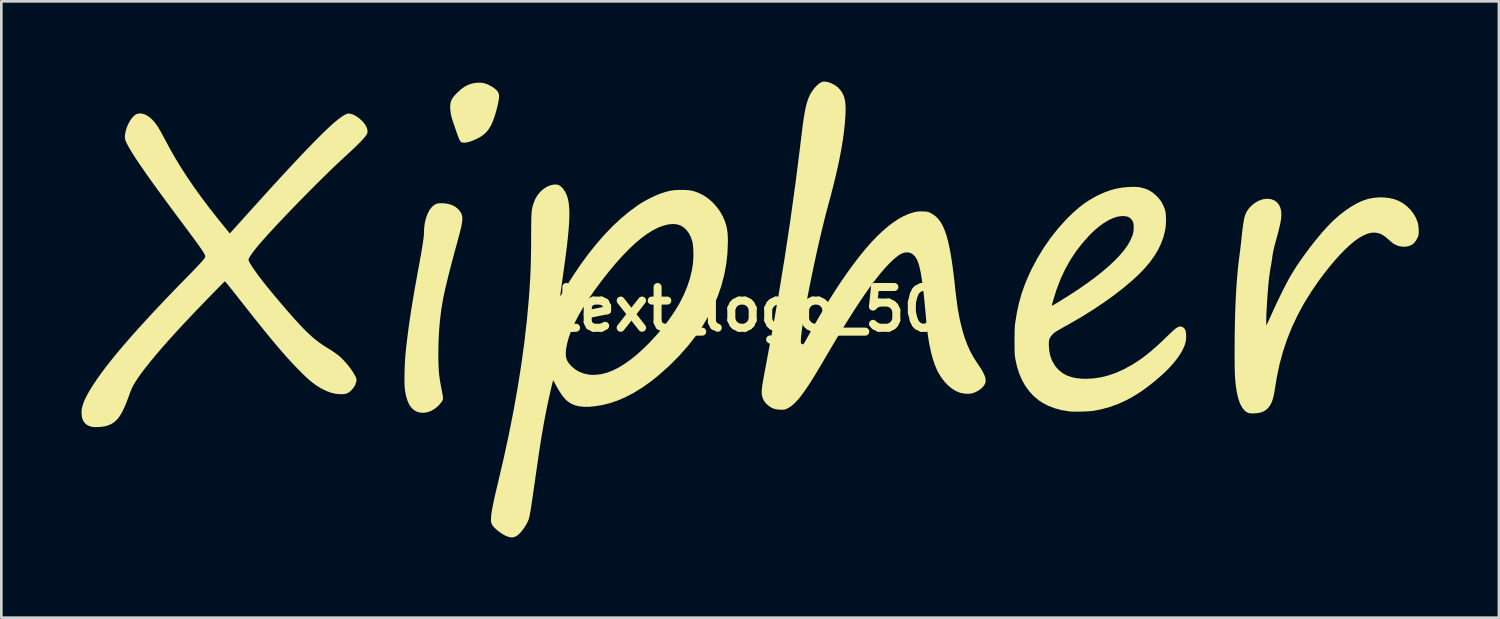
<source format=kicad_pcb>
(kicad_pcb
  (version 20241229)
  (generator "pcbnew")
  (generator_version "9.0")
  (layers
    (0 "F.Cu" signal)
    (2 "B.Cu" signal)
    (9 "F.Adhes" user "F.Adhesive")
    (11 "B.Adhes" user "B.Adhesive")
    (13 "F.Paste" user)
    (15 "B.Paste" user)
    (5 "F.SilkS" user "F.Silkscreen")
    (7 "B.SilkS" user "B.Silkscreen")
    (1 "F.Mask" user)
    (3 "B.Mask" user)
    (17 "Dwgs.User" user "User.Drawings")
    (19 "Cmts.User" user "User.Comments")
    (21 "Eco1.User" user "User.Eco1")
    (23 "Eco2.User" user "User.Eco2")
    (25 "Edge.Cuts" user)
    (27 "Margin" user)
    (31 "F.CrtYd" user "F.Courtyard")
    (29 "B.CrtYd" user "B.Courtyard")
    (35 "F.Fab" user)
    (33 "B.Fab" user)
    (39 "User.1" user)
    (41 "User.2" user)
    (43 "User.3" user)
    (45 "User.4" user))
  (footprint "text_logo_50"
    (layer "F.Cu")
    (at 24.983 8.515)
    (property "Reference" "text_logo_50" (at 0 0 0) (layer "F.SilkS") (effects (font (size 1.524 1.524) (thickness 0.3))))
    (attr board_only exclude_from_pos_files exclude_from_bom)
    (fp_poly (pts (xy -9.945 -8.457) (xy -9.809 -8.413) (xy -9.669 -8.342) (xy -9.653 -8.332) (xy -9.544 -8.26) (xy -9.464 -8.19) (xy -9.41 -8.119) (xy -9.38 -8.045) (xy -9.372 -7.978) (xy -9.378 -7.888) (xy -9.395 -7.775) (xy -9.421 -7.647) (xy -9.455 -7.508) (xy -9.494 -7.366) (xy -9.538 -7.225) (xy -9.584 -7.092) (xy -9.631 -6.973) (xy -9.677 -6.873) (xy -9.688 -6.854) (xy -9.769 -6.723) (xy -9.86 -6.613) (xy -9.967 -6.518) (xy -10.095 -6.434) (xy -10.181 -6.388) (xy -10.316 -6.326) (xy -10.441 -6.278) (xy -10.553 -6.246) (xy -10.649 -6.23) (xy -10.727 -6.23) (xy -10.783 -6.248) (xy -10.789 -6.252) (xy -10.814 -6.275) (xy -10.838 -6.31) (xy -10.865 -6.363) (xy -10.895 -6.435) (xy -10.93 -6.531) (xy -10.951 -6.591) (xy -10.984 -6.687) (xy -11.022 -6.797) (xy -11.06 -6.905) (xy -11.088 -6.983) (xy -11.148 -7.176) (xy -11.185 -7.352) (xy -11.201 -7.512) (xy -11.201 -7.604) (xy -11.192 -7.695) (xy -11.172 -7.777) (xy -11.138 -7.854) (xy -11.088 -7.932) (xy -11.018 -8.016) (xy -10.938 -8.099) (xy -10.801 -8.224) (xy -10.666 -8.322) (xy -10.528 -8.394) (xy -10.382 -8.442) (xy -10.227 -8.47) (xy -10.082 -8.475)) (stroke (width 0) (type solid)) (fill yes) (layer "F.SilkS"))
    (fp_poly (pts (xy -11.457 -3.965) (xy -11.291 -3.945) (xy -11.144 -3.903) (xy -11.015 -3.838) (xy -10.908 -3.751) (xy -10.851 -3.686) (xy -10.817 -3.637) (xy -10.789 -3.588) (xy -10.767 -3.538) (xy -10.753 -3.482) (xy -10.747 -3.42) (xy -10.747 -3.348) (xy -10.756 -3.263) (xy -10.772 -3.164) (xy -10.797 -3.046) (xy -10.83 -2.909) (xy -10.872 -2.748) (xy -10.922 -2.563) (xy -10.944 -2.48) (xy -11.04 -2.13) (xy -11.128 -1.801) (xy -11.208 -1.493) (xy -11.28 -1.208) (xy -11.344 -0.947) (xy -11.398 -0.712) (xy -11.443 -0.504) (xy -11.469 -0.374) (xy -11.531 -0.009) (xy -11.58 0.379) (xy -11.615 0.785) (xy -11.637 1.205) (xy -11.645 1.633) (xy -11.643 1.86) (xy -11.639 2.028) (xy -11.634 2.172) (xy -11.627 2.301) (xy -11.616 2.422) (xy -11.601 2.542) (xy -11.582 2.669) (xy -11.558 2.811) (xy -11.532 2.946) (xy -11.51 3.063) (xy -11.493 3.155) (xy -11.48 3.224) (xy -11.473 3.276) (xy -11.469 3.314) (xy -11.47 3.342) (xy -11.473 3.364) (xy -11.48 3.384) (xy -11.49 3.406) (xy -11.49 3.407) (xy -11.529 3.472) (xy -11.588 3.545) (xy -11.661 3.621) (xy -11.743 3.691) (xy -11.789 3.726) (xy -11.917 3.8) (xy -12.052 3.848) (xy -12.19 3.869) (xy -12.325 3.862) (xy -12.33 3.861) (xy -12.452 3.825) (xy -12.561 3.762) (xy -12.655 3.672) (xy -12.735 3.555) (xy -12.8 3.412) (xy -12.851 3.242) (xy -12.888 3.046) (xy -12.9 2.947) (xy -12.906 2.86) (xy -12.91 2.748) (xy -12.911 2.617) (xy -12.91 2.472) (xy -12.907 2.318) (xy -12.902 2.161) (xy -12.895 2.007) (xy -12.887 1.86) (xy -12.876 1.727) (xy -12.876 1.725) (xy -12.846 1.42) (xy -12.809 1.1) (xy -12.766 0.763) (xy -12.716 0.407) (xy -12.659 0.03) (xy -12.594 -0.369) (xy -12.521 -0.793) (xy -12.44 -1.244) (xy -12.404 -1.442) (xy -12.359 -1.686) (xy -12.32 -1.901) (xy -12.286 -2.091) (xy -12.258 -2.256) (xy -12.235 -2.4) (xy -12.216 -2.523) (xy -12.202 -2.628) (xy -12.191 -2.717) (xy -12.185 -2.792) (xy -12.181 -2.855) (xy -12.181 -2.884) (xy -12.172 -3.066) (xy -12.147 -3.241) (xy -12.107 -3.407) (xy -12.053 -3.557) (xy -11.987 -3.689) (xy -11.91 -3.797) (xy -11.88 -3.829) (xy -11.817 -3.886) (xy -11.757 -3.926) (xy -11.692 -3.952) (xy -11.616 -3.964) (xy -11.52 -3.967)) (stroke (width 0) (type solid)) (fill yes) (layer "F.SilkS"))
    (fp_poly (pts (xy 23.715 -4.183) (xy 23.913 -4.161) (xy 24.098 -4.117) (xy 24.248 -4.061) (xy 24.414 -3.971) (xy 24.566 -3.858) (xy 24.701 -3.725) (xy 24.816 -3.577) (xy 24.908 -3.417) (xy 24.974 -3.249) (xy 24.982 -3.221) (xy 25 -3.122) (xy 25.009 -2.995) (xy 25.01 -2.946) (xy 25.01 -2.869) (xy 25.008 -2.814) (xy 25.002 -2.773) (xy 24.991 -2.735) (xy 24.973 -2.692) (xy 24.956 -2.656) (xy 24.894 -2.547) (xy 24.824 -2.465) (xy 24.742 -2.406) (xy 24.643 -2.366) (xy 24.579 -2.35) (xy 24.445 -2.339) (xy 24.309 -2.355) (xy 24.178 -2.396) (xy 24.062 -2.459) (xy 24.02 -2.491) (xy 23.964 -2.537) (xy 23.903 -2.59) (xy 23.861 -2.629) (xy 23.743 -2.727) (xy 23.632 -2.797) (xy 23.619 -2.804) (xy 23.496 -2.85) (xy 23.369 -2.869) (xy 23.236 -2.862) (xy 23.095 -2.826) (xy 22.946 -2.764) (xy 22.786 -2.673) (xy 22.731 -2.637) (xy 22.579 -2.525) (xy 22.417 -2.387) (xy 22.245 -2.224) (xy 22.065 -2.039) (xy 21.879 -1.833) (xy 21.689 -1.607) (xy 21.495 -1.363) (xy 21.3 -1.103) (xy 21.291 -1.091) (xy 20.992 -0.658) (xy 20.722 -0.221) (xy 20.482 0.222) (xy 20.27 0.673) (xy 20.086 1.132) (xy 19.93 1.601) (xy 19.801 2.081) (xy 19.699 2.574) (xy 19.645 2.908) (xy 19.621 3.064) (xy 19.596 3.196) (xy 19.57 3.307) (xy 19.54 3.404) (xy 19.506 3.491) (xy 19.493 3.518) (xy 19.424 3.637) (xy 19.339 3.732) (xy 19.236 3.804) (xy 19.114 3.855) (xy 18.971 3.884) (xy 18.816 3.892) (xy 18.733 3.89) (xy 18.671 3.882) (xy 18.623 3.867) (xy 18.612 3.863) (xy 18.525 3.807) (xy 18.445 3.722) (xy 18.373 3.61) (xy 18.311 3.473) (xy 18.258 3.31) (xy 18.216 3.124) (xy 18.212 3.104) (xy 18.194 3.002) (xy 18.179 2.904) (xy 18.167 2.808) (xy 18.156 2.708) (xy 18.148 2.603) (xy 18.141 2.488) (xy 18.136 2.362) (xy 18.132 2.219) (xy 18.129 2.058) (xy 18.128 1.874) (xy 18.127 1.665) (xy 18.127 1.542) (xy 18.13 1.018) (xy 18.138 0.524) (xy 18.151 0.058) (xy 18.169 -0.381) (xy 18.192 -0.794) (xy 18.22 -1.181) (xy 18.253 -1.544) (xy 18.292 -1.884) (xy 18.318 -2.078) (xy 18.328 -2.155) (xy 18.34 -2.255) (xy 18.354 -2.37) (xy 18.368 -2.492) (xy 18.381 -2.614) (xy 18.386 -2.666) (xy 18.408 -2.87) (xy 18.429 -3.045) (xy 18.45 -3.193) (xy 18.471 -3.317) (xy 18.491 -3.419) (xy 18.513 -3.499) (xy 18.522 -3.528) (xy 18.582 -3.658) (xy 18.668 -3.781) (xy 18.774 -3.891) (xy 18.895 -3.985) (xy 19.027 -4.059) (xy 19.164 -4.109) (xy 19.236 -4.124) (xy 19.376 -4.133) (xy 19.503 -4.115) (xy 19.614 -4.072) (xy 19.707 -4.005) (xy 19.781 -3.917) (xy 19.835 -3.808) (xy 19.867 -3.68) (xy 19.874 -3.566) (xy 19.873 -3.499) (xy 19.869 -3.431) (xy 19.861 -3.359) (xy 19.848 -3.279) (xy 19.83 -3.189) (xy 19.807 -3.084) (xy 19.777 -2.963) (xy 19.741 -2.82) (xy 19.696 -2.654) (xy 19.663 -2.534) (xy 19.61 -2.332) (xy 19.57 -2.156) (xy 19.543 -2.007) (xy 19.531 -1.916) (xy 19.524 -1.862) (xy 19.513 -1.787) (xy 19.498 -1.699) (xy 19.482 -1.607) (xy 19.476 -1.573) (xy 19.459 -1.477) (xy 19.441 -1.361) (xy 19.424 -1.236) (xy 19.409 -1.114) (xy 19.401 -1.039) (xy 19.389 -0.916) (xy 19.377 -0.776) (xy 19.366 -0.625) (xy 19.354 -0.466) (xy 19.343 -0.305) (xy 19.334 -0.147) (xy 19.325 0.003) (xy 19.318 0.141) (xy 19.313 0.262) (xy 19.311 0.36) (xy 19.31 0.412) (xy 19.311 0.603) (xy 19.351 0.527) (xy 19.368 0.492) (xy 19.395 0.434) (xy 19.43 0.357) (xy 19.472 0.267) (xy 19.516 0.168) (xy 19.554 0.084) (xy 19.631 -0.085) (xy 19.714 -0.262) (xy 19.801 -0.443) (xy 19.889 -0.623) (xy 19.975 -0.795) (xy 20.058 -0.955) (xy 20.134 -1.098) (xy 20.201 -1.218) (xy 20.203 -1.223) (xy 20.321 -1.419) (xy 20.453 -1.626) (xy 20.598 -1.839) (xy 20.753 -2.057) (xy 20.914 -2.274) (xy 21.079 -2.486) (xy 21.245 -2.691) (xy 21.408 -2.884) (xy 21.567 -3.061) (xy 21.717 -3.219) (xy 21.856 -3.354) (xy 21.864 -3.361) (xy 22.069 -3.539) (xy 22.277 -3.698) (xy 22.483 -3.838) (xy 22.684 -3.954) (xy 22.877 -4.046) (xy 22.915 -4.061) (xy 23.106 -4.124) (xy 23.306 -4.165) (xy 23.511 -4.184)) (stroke (width 0) (type solid)) (fill yes) (layer "F.SilkS"))
    (fp_poly (pts (xy 14.479 -4.575) (xy 14.538 -4.569) (xy 14.596 -4.56) (xy 14.608 -4.557) (xy 14.776 -4.514) (xy 14.923 -4.452) (xy 15.058 -4.369) (xy 15.186 -4.261) (xy 15.204 -4.244) (xy 15.313 -4.124) (xy 15.4 -4.004) (xy 15.467 -3.874) (xy 15.521 -3.726) (xy 15.535 -3.677) (xy 15.55 -3.599) (xy 15.559 -3.499) (xy 15.563 -3.384) (xy 15.561 -3.261) (xy 15.554 -3.138) (xy 15.541 -3.023) (xy 15.525 -2.931) (xy 15.463 -2.69) (xy 15.376 -2.455) (xy 15.265 -2.224) (xy 15.129 -1.997) (xy 14.966 -1.771) (xy 14.776 -1.545) (xy 14.557 -1.317) (xy 14.339 -1.113) (xy 14.008 -0.831) (xy 13.648 -0.549) (xy 13.26 -0.27) (xy 12.845 0.008) (xy 12.406 0.282) (xy 11.942 0.551) (xy 11.891 0.58) (xy 11.763 0.651) (xy 11.659 0.71) (xy 11.575 0.758) (xy 11.509 0.796) (xy 11.458 0.827) (xy 11.418 0.853) (xy 11.387 0.875) (xy 11.362 0.896) (xy 11.339 0.917) (xy 11.326 0.93) (xy 11.281 0.982) (xy 11.239 1.041) (xy 11.219 1.076) (xy 11.203 1.111) (xy 11.192 1.145) (xy 11.186 1.184) (xy 11.183 1.236) (xy 11.182 1.308) (xy 11.182 1.343) (xy 11.197 1.552) (xy 11.238 1.745) (xy 11.305 1.924) (xy 11.4 2.088) (xy 11.453 2.16) (xy 11.569 2.285) (xy 11.7 2.388) (xy 11.847 2.47) (xy 12.013 2.531) (xy 12.199 2.572) (xy 12.406 2.594) (xy 12.57 2.598) (xy 12.853 2.583) (xy 13.134 2.541) (xy 13.416 2.47) (xy 13.7 2.37) (xy 13.986 2.241) (xy 14.278 2.082) (xy 14.284 2.079) (xy 14.462 1.968) (xy 14.638 1.848) (xy 14.816 1.714) (xy 14.999 1.566) (xy 15.191 1.399) (xy 15.395 1.212) (xy 15.569 1.045) (xy 15.679 0.938) (xy 15.771 0.852) (xy 15.846 0.783) (xy 15.908 0.731) (xy 15.959 0.693) (xy 16.002 0.667) (xy 16.04 0.651) (xy 16.075 0.643) (xy 16.103 0.641) (xy 16.172 0.656) (xy 16.233 0.697) (xy 16.276 0.756) (xy 16.297 0.816) (xy 16.311 0.898) (xy 16.317 0.993) (xy 16.314 1.093) (xy 16.303 1.189) (xy 16.296 1.225) (xy 16.253 1.365) (xy 16.184 1.517) (xy 16.092 1.677) (xy 15.977 1.843) (xy 15.842 2.013) (xy 15.688 2.185) (xy 15.517 2.356) (xy 15.436 2.431) (xy 15.145 2.684) (xy 14.861 2.908) (xy 14.581 3.106) (xy 14.303 3.278) (xy 14.025 3.425) (xy 13.744 3.55) (xy 13.459 3.652) (xy 13.166 3.732) (xy 12.902 3.787) (xy 12.816 3.799) (xy 12.707 3.809) (xy 12.583 3.817) (xy 12.45 3.823) (xy 12.315 3.826) (xy 12.186 3.827) (xy 12.07 3.825) (xy 11.974 3.819) (xy 11.937 3.815) (xy 11.66 3.769) (xy 11.403 3.7) (xy 11.167 3.61) (xy 10.951 3.499) (xy 10.801 3.399) (xy 10.614 3.243) (xy 10.448 3.064) (xy 10.302 2.863) (xy 10.177 2.641) (xy 10.072 2.398) (xy 9.99 2.135) (xy 9.935 1.885) (xy 9.925 1.828) (xy 9.917 1.776) (xy 9.911 1.724) (xy 9.906 1.668) (xy 9.903 1.604) (xy 9.901 1.527) (xy 9.9 1.432) (xy 9.899 1.316) (xy 9.899 1.183) (xy 9.9 1.027) (xy 9.901 0.896) (xy 9.904 0.788) (xy 9.907 0.696) (xy 9.912 0.618) (xy 9.919 0.549) (xy 9.927 0.488) (xy 9.989 0.11) (xy 10.047 -0.155) (xy 11.298 -0.155) (xy 11.298 -0.142) (xy 11.302 -0.138) (xy 11.305 -0.137) (xy 11.321 -0.145) (xy 11.358 -0.166) (xy 11.413 -0.198) (xy 11.48 -0.238) (xy 11.546 -0.277) (xy 11.932 -0.517) (xy 12.29 -0.751) (xy 12.62 -0.98) (xy 12.922 -1.203) (xy 13.196 -1.42) (xy 13.441 -1.631) (xy 13.658 -1.836) (xy 13.847 -2.034) (xy 14.006 -2.226) (xy 14.136 -2.411) (xy 14.237 -2.59) (xy 14.309 -2.761) (xy 14.32 -2.794) (xy 14.34 -2.886) (xy 14.353 -2.989) (xy 14.355 -3.094) (xy 14.348 -3.188) (xy 14.336 -3.248) (xy 14.299 -3.325) (xy 14.24 -3.395) (xy 14.167 -3.447) (xy 14.138 -3.46) (xy 14.065 -3.478) (xy 13.973 -3.486) (xy 13.871 -3.482) (xy 13.769 -3.468) (xy 13.723 -3.458) (xy 13.565 -3.405) (xy 13.4 -3.324) (xy 13.228 -3.219) (xy 13.052 -3.09) (xy 12.876 -2.94) (xy 12.702 -2.77) (xy 12.696 -2.764) (xy 12.433 -2.47) (xy 12.195 -2.162) (xy 11.981 -1.837) (xy 11.79 -1.495) (xy 11.621 -1.134) (xy 11.475 -0.753) (xy 11.356 -0.376) (xy 11.331 -0.287) (xy 11.313 -0.223) (xy 11.303 -0.181) (xy 11.298 -0.155) (xy 10.047 -0.155) (xy 10.068 -0.248) (xy 10.166 -0.594) (xy 10.286 -0.933) (xy 10.428 -1.273) (xy 10.538 -1.506) (xy 10.754 -1.911) (xy 10.991 -2.3) (xy 11.249 -2.671) (xy 11.525 -3.021) (xy 11.819 -3.347) (xy 11.92 -3.45) (xy 12.119 -3.64) (xy 12.31 -3.806) (xy 12.498 -3.951) (xy 12.689 -4.079) (xy 12.887 -4.195) (xy 13.028 -4.267) (xy 13.261 -4.373) (xy 13.485 -4.454) (xy 13.706 -4.513) (xy 13.932 -4.552) (xy 14.169 -4.573) (xy 14.219 -4.575) (xy 14.326 -4.578) (xy 14.411 -4.578)) (stroke (width 0) (type solid)) (fill yes) (layer "F.SilkS"))
    (fp_poly (pts (xy 2.915 -8.499) (xy 3.021 -8.464) (xy 3.127 -8.414) (xy 3.227 -8.352) (xy 3.291 -8.3) (xy 3.374 -8.215) (xy 3.442 -8.124) (xy 3.496 -8.023) (xy 3.536 -7.91) (xy 3.564 -7.782) (xy 3.579 -7.634) (xy 3.584 -7.465) (xy 3.578 -7.272) (xy 3.573 -7.19) (xy 3.551 -6.916) (xy 3.521 -6.633) (xy 3.481 -6.339) (xy 3.431 -6.033) (xy 3.371 -5.711) (xy 3.301 -5.371) (xy 3.219 -5.012) (xy 3.127 -4.631) (xy 3.022 -4.226) (xy 2.938 -3.915) (xy 2.879 -3.696) (xy 2.819 -3.463) (xy 2.758 -3.22) (xy 2.697 -2.969) (xy 2.636 -2.709) (xy 2.575 -2.445) (xy 2.514 -2.177) (xy 2.455 -1.907) (xy 2.396 -1.636) (xy 2.34 -1.368) (xy 2.285 -1.102) (xy 2.233 -0.842) (xy 2.183 -0.589) (xy 2.136 -0.344) (xy 2.093 -0.109) (xy 2.053 0.113) (xy 2.018 0.321) (xy 1.987 0.514) (xy 1.96 0.689) (xy 1.939 0.845) (xy 1.923 0.981) (xy 1.913 1.093) (xy 1.909 1.181) (xy 1.911 1.243) (xy 1.92 1.277) (xy 1.942 1.294) (xy 1.971 1.305) (xy 1.986 1.307) (xy 2 1.303) (xy 2.016 1.289) (xy 2.036 1.262) (xy 2.063 1.217) (xy 2.099 1.151) (xy 2.13 1.096) (xy 2.39 0.629) (xy 2.649 0.182) (xy 2.904 -0.242) (xy 3.157 -0.644) (xy 3.406 -1.023) (xy 3.651 -1.378) (xy 3.891 -1.708) (xy 4.125 -2.012) (xy 4.354 -2.289) (xy 4.576 -2.54) (xy 4.791 -2.762) (xy 4.948 -2.91) (xy 5.161 -3.094) (xy 5.365 -3.25) (xy 5.562 -3.38) (xy 5.753 -3.485) (xy 5.942 -3.567) (xy 6.129 -3.626) (xy 6.132 -3.627) (xy 6.205 -3.645) (xy 6.268 -3.655) (xy 6.331 -3.661) (xy 6.405 -3.662) (xy 6.464 -3.66) (xy 6.547 -3.657) (xy 6.607 -3.653) (xy 6.653 -3.645) (xy 6.693 -3.632) (xy 6.736 -3.614) (xy 6.737 -3.614) (xy 6.854 -3.549) (xy 6.96 -3.467) (xy 7.056 -3.368) (xy 7.143 -3.249) (xy 7.221 -3.108) (xy 7.292 -2.944) (xy 7.356 -2.755) (xy 7.415 -2.539) (xy 7.469 -2.295) (xy 7.471 -2.285) (xy 7.509 -2.081) (xy 7.547 -1.852) (xy 7.583 -1.604) (xy 7.617 -1.342) (xy 7.649 -1.071) (xy 7.655 -1.015) (xy 7.68 -0.78) (xy 7.704 -0.572) (xy 7.727 -0.387) (xy 7.749 -0.221) (xy 7.771 -0.07) (xy 7.793 0.069) (xy 7.817 0.2) (xy 7.842 0.328) (xy 7.869 0.454) (xy 7.883 0.514) (xy 7.957 0.808) (xy 8.04 1.077) (xy 8.133 1.325) (xy 8.237 1.557) (xy 8.355 1.775) (xy 8.488 1.986) (xy 8.518 2.03) (xy 8.619 2.18) (xy 8.698 2.31) (xy 8.757 2.423) (xy 8.796 2.521) (xy 8.816 2.604) (xy 8.818 2.622) (xy 8.821 2.682) (xy 8.815 2.728) (xy 8.797 2.777) (xy 8.786 2.8) (xy 8.73 2.884) (xy 8.651 2.964) (xy 8.554 3.035) (xy 8.445 3.094) (xy 8.332 3.136) (xy 8.293 3.145) (xy 8.201 3.156) (xy 8.093 3.156) (xy 7.982 3.145) (xy 7.879 3.124) (xy 7.845 3.114) (xy 7.695 3.049) (xy 7.548 2.956) (xy 7.407 2.838) (xy 7.275 2.698) (xy 7.153 2.538) (xy 7.046 2.36) (xy 6.997 2.264) (xy 6.918 2.074) (xy 6.845 1.857) (xy 6.779 1.612) (xy 6.721 1.344) (xy 6.671 1.052) (xy 6.629 0.74) (xy 6.602 0.473) (xy 6.584 0.268) (xy 6.568 0.09) (xy 6.553 -0.064) (xy 6.541 -0.198) (xy 6.53 -0.315) (xy 6.519 -0.418) (xy 6.51 -0.512) (xy 6.5 -0.598) (xy 6.491 -0.681) (xy 6.481 -0.764) (xy 6.479 -0.778) (xy 6.45 -1.006) (xy 6.42 -1.205) (xy 6.39 -1.379) (xy 6.359 -1.528) (xy 6.326 -1.655) (xy 6.291 -1.763) (xy 6.253 -1.853) (xy 6.211 -1.929) (xy 6.165 -1.991) (xy 6.156 -2.001) (xy 6.081 -2.069) (xy 6.002 -2.11) (xy 5.91 -2.127) (xy 5.877 -2.129) (xy 5.797 -2.121) (xy 5.715 -2.098) (xy 5.629 -2.058) (xy 5.536 -1.998) (xy 5.434 -1.917) (xy 5.321 -1.815) (xy 5.193 -1.688) (xy 5.188 -1.683) (xy 5.056 -1.541) (xy 4.917 -1.381) (xy 4.771 -1.201) (xy 4.617 -1.001) (xy 4.455 -0.78) (xy 4.285 -0.538) (xy 4.106 -0.273) (xy 3.917 0.015) (xy 3.718 0.327) (xy 3.509 0.663) (xy 3.288 1.025) (xy 3.056 1.413) (xy 2.812 1.828) (xy 2.779 1.885) (xy 2.623 2.15) (xy 2.479 2.389) (xy 2.348 2.603) (xy 2.226 2.794) (xy 2.114 2.963) (xy 2.01 3.112) (xy 1.913 3.241) (xy 1.823 3.353) (xy 1.737 3.449) (xy 1.656 3.529) (xy 1.578 3.596) (xy 1.502 3.651) (xy 1.427 3.696) (xy 1.414 3.702) (xy 1.361 3.728) (xy 1.318 3.743) (xy 1.275 3.751) (xy 1.221 3.754) (xy 1.169 3.754) (xy 1.097 3.751) (xy 1.028 3.744) (xy 0.974 3.736) (xy 0.962 3.733) (xy 0.886 3.709) (xy 0.826 3.684) (xy 0.768 3.651) (xy 0.717 3.616) (xy 0.609 3.524) (xy 0.528 3.418) (xy 0.474 3.298) (xy 0.448 3.166) (xy 0.447 3.156) (xy 0.446 3.112) (xy 0.446 3.062) (xy 0.45 3.005) (xy 0.457 2.938) (xy 0.467 2.857) (xy 0.482 2.761) (xy 0.501 2.646) (xy 0.525 2.51) (xy 0.554 2.351) (xy 0.589 2.165) (xy 0.604 2.091) (xy 0.859 0.716) (xy 1.095 -0.64) (xy 1.314 -1.984) (xy 1.516 -3.321) (xy 1.701 -4.658) (xy 1.872 -5.999) (xy 1.931 -6.487) (xy 1.962 -6.744) (xy 1.992 -6.973) (xy 2.022 -7.176) (xy 2.053 -7.355) (xy 2.084 -7.513) (xy 2.117 -7.653) (xy 2.153 -7.777) (xy 2.191 -7.886) (xy 2.233 -7.984) (xy 2.279 -8.073) (xy 2.33 -8.154) (xy 2.387 -8.232) (xy 2.401 -8.25) (xy 2.477 -8.337) (xy 2.555 -8.41) (xy 2.63 -8.466) (xy 2.698 -8.502) (xy 2.73 -8.512) (xy 2.816 -8.515)) (stroke (width 0) (type solid)) (fill yes) (layer "F.SilkS"))
    (fp_poly (pts (xy -7.143 -4.645) (xy -7.071 -4.6) (xy -7.007 -4.538) (xy -6.951 -4.468) (xy -6.902 -4.392) (xy -6.86 -4.308) (xy -6.824 -4.214) (xy -6.795 -4.109) (xy -6.772 -3.991) (xy -6.757 -3.859) (xy -6.747 -3.712) (xy -6.745 -3.548) (xy -6.749 -3.366) (xy -6.759 -3.164) (xy -6.776 -2.94) (xy -6.8 -2.694) (xy -6.83 -2.424) (xy -6.866 -2.128) (xy -6.909 -1.805) (xy -6.952 -1.492) (xy -6.974 -1.336) (xy -6.995 -1.185) (xy -7.015 -1.044) (xy -7.033 -0.916) (xy -7.048 -0.804) (xy -7.06 -0.711) (xy -7.07 -0.64) (xy -7.075 -0.596) (xy -7.076 -0.588) (xy -7.086 -0.481) (xy -6.907 -0.778) (xy -6.619 -1.238) (xy -6.327 -1.671) (xy -6.03 -2.075) (xy -5.729 -2.451) (xy -5.425 -2.799) (xy -5.117 -3.118) (xy -4.806 -3.407) (xy -4.492 -3.666) (xy -4.176 -3.896) (xy -4.11 -3.94) (xy -3.992 -4.013) (xy -3.858 -4.088) (xy -3.714 -4.162) (xy -3.57 -4.231) (xy -3.432 -4.291) (xy -3.309 -4.338) (xy -3.276 -4.349) (xy -3.141 -4.391) (xy -3.024 -4.422) (xy -2.916 -4.443) (xy -2.807 -4.456) (xy -2.687 -4.462) (xy -2.549 -4.464) (xy -2.408 -4.462) (xy -2.29 -4.453) (xy -2.184 -4.438) (xy -2.084 -4.414) (xy -1.981 -4.379) (xy -1.89 -4.342) (xy -1.716 -4.254) (xy -1.549 -4.139) (xy -1.392 -4.001) (xy -1.248 -3.844) (xy -1.121 -3.673) (xy -1.015 -3.49) (xy -0.932 -3.3) (xy -0.918 -3.259) (xy -0.885 -3.152) (xy -0.86 -3.052) (xy -0.842 -2.951) (xy -0.829 -2.843) (xy -0.822 -2.722) (xy -0.819 -2.58) (xy -0.819 -2.503) (xy -0.835 -2.09) (xy -0.881 -1.681) (xy -0.957 -1.278) (xy -1.062 -0.88) (xy -1.197 -0.489) (xy -1.362 -0.103) (xy -1.556 0.276) (xy -1.78 0.648) (xy -2.033 1.014) (xy -2.315 1.372) (xy -2.625 1.724) (xy -2.965 2.067) (xy -3.068 2.164) (xy -3.386 2.447) (xy -3.7 2.699) (xy -4.012 2.921) (xy -4.321 3.113) (xy -4.627 3.275) (xy -4.931 3.407) (xy -5.233 3.509) (xy -5.513 3.578) (xy -5.758 3.62) (xy -5.98 3.643) (xy -6.181 3.646) (xy -6.361 3.629) (xy -6.522 3.592) (xy -6.664 3.536) (xy -6.788 3.459) (xy -6.875 3.383) (xy -6.958 3.29) (xy -7.046 3.172) (xy -7.137 3.032) (xy -7.228 2.874) (xy -7.251 2.831) (xy -7.287 2.766) (xy -7.316 2.712) (xy -7.338 2.674) (xy -7.349 2.656) (xy -7.35 2.656) (xy -7.356 2.67) (xy -7.368 2.711) (xy -7.384 2.775) (xy -7.405 2.858) (xy -7.428 2.957) (xy -7.454 3.069) (xy -7.481 3.19) (xy -7.509 3.317) (xy -7.537 3.446) (xy -7.565 3.573) (xy -7.59 3.696) (xy -7.61 3.793) (xy -7.651 4.007) (xy -7.692 4.222) (xy -7.731 4.442) (xy -7.77 4.671) (xy -7.81 4.911) (xy -7.85 5.168) (xy -7.892 5.445) (xy -7.936 5.745) (xy -7.975 6.014) (xy -8.014 6.287) (xy -8.049 6.531) (xy -8.08 6.748) (xy -8.108 6.94) (xy -8.133 7.108) (xy -8.155 7.254) (xy -8.174 7.38) (xy -8.191 7.488) (xy -8.207 7.578) (xy -8.22 7.653) (xy -8.232 7.715) (xy -8.242 7.765) (xy -8.252 7.805) (xy -8.26 7.835) (xy -8.265 7.849) (xy -8.307 7.951) (xy -8.365 8.059) (xy -8.433 8.168) (xy -8.507 8.269) (xy -8.583 8.358) (xy -8.655 8.427) (xy -8.68 8.446) (xy -8.761 8.496) (xy -8.833 8.523) (xy -8.908 8.529) (xy -8.995 8.515) (xy -9.021 8.508) (xy -9.117 8.473) (xy -9.224 8.416) (xy -9.337 8.342) (xy -9.446 8.257) (xy -9.534 8.177) (xy -9.598 8.107) (xy -9.641 8.042) (xy -9.666 7.977) (xy -9.675 7.92) (xy -9.677 7.852) (xy -9.674 7.773) (xy -9.665 7.681) (xy -9.65 7.573) (xy -9.629 7.448) (xy -9.601 7.303) (xy -9.566 7.137) (xy -9.524 6.947) (xy -9.473 6.732) (xy -9.42 6.51) (xy -9.203 5.582) (xy -9.006 4.672) (xy -8.83 3.78) (xy -8.675 2.906) (xy -8.54 2.052) (xy -8.478 1.597) (xy -6.878 1.597) (xy -6.878 1.72) (xy -6.861 1.826) (xy -6.824 1.923) (xy -6.766 2.015) (xy -6.686 2.108) (xy -6.654 2.14) (xy -6.519 2.252) (xy -6.366 2.339) (xy -6.196 2.403) (xy -6.007 2.443) (xy -5.968 2.448) (xy -5.909 2.451) (xy -5.83 2.45) (xy -5.739 2.445) (xy -5.648 2.436) (xy -5.565 2.425) (xy -5.533 2.42) (xy -5.334 2.368) (xy -5.125 2.288) (xy -4.91 2.18) (xy -4.688 2.044) (xy -4.459 1.883) (xy -4.226 1.695) (xy -3.989 1.482) (xy -3.749 1.245) (xy -3.506 0.983) (xy -3.296 0.74) (xy -3.048 0.424) (xy -2.828 0.107) (xy -2.636 -0.21) (xy -2.473 -0.529) (xy -2.339 -0.846) (xy -2.235 -1.163) (xy -2.161 -1.478) (xy -2.129 -1.681) (xy -2.116 -1.81) (xy -2.109 -1.949) (xy -2.108 -2.091) (xy -2.112 -2.23) (xy -2.121 -2.358) (xy -2.135 -2.469) (xy -2.15 -2.542) (xy -2.205 -2.704) (xy -2.277 -2.846) (xy -2.366 -2.965) (xy -2.468 -3.06) (xy -2.583 -3.131) (xy -2.71 -3.174) (xy -2.846 -3.19) (xy -2.853 -3.19) (xy -3.034 -3.176) (xy -3.223 -3.131) (xy -3.42 -3.058) (xy -3.624 -2.955) (xy -3.836 -2.822) (xy -4.056 -2.66) (xy -4.284 -2.469) (xy -4.519 -2.248) (xy -4.761 -1.998) (xy -5.012 -1.718) (xy -5.27 -1.408) (xy -5.304 -1.366) (xy -5.577 -1.017) (xy -5.824 -0.681) (xy -6.046 -0.358) (xy -6.242 -0.049) (xy -6.412 0.246) (xy -6.556 0.526) (xy -6.673 0.793) (xy -6.765 1.045) (xy -6.83 1.282) (xy -6.862 1.452) (xy -6.878 1.597) (xy -8.478 1.597) (xy -8.426 1.217) (xy -8.333 0.404) (xy -8.261 -0.389) (xy -8.236 -0.733) (xy -8.223 -0.933) (xy -8.212 -1.121) (xy -8.203 -1.301) (xy -8.195 -1.479) (xy -8.189 -1.658) (xy -8.184 -1.844) (xy -8.18 -2.042) (xy -8.177 -2.257) (xy -8.175 -2.494) (xy -8.175 -2.687) (xy -8.174 -2.889) (xy -8.173 -3.063) (xy -8.171 -3.212) (xy -8.169 -3.339) (xy -8.166 -3.447) (xy -8.162 -3.538) (xy -8.157 -3.615) (xy -8.151 -3.681) (xy -8.143 -3.739) (xy -8.133 -3.791) (xy -8.122 -3.841) (xy -8.108 -3.89) (xy -8.092 -3.943) (xy -8.088 -3.953) (xy -8.024 -4.115) (xy -7.94 -4.261) (xy -7.838 -4.388) (xy -7.722 -4.494) (xy -7.594 -4.578) (xy -7.456 -4.636) (xy -7.311 -4.666) (xy -7.221 -4.666)) (stroke (width 0) (type solid)) (fill yes) (layer "F.SilkS"))
    (fp_poly (pts (xy -22.64 -7.296) (xy -22.531 -7.243) (xy -22.42 -7.164) (xy -22.33 -7.08) (xy -22.267 -7.01) (xy -22.203 -6.928) (xy -22.136 -6.831) (xy -22.066 -6.716) (xy -21.988 -6.581) (xy -21.903 -6.421) (xy -21.867 -6.353) (xy -21.678 -6) (xy -21.477 -5.649) (xy -21.262 -5.295) (xy -21.03 -4.938) (xy -20.782 -4.574) (xy -20.514 -4.202) (xy -20.226 -3.818) (xy -19.915 -3.421) (xy -19.67 -3.117) (xy -19.442 -2.837) (xy -19.408 -2.872) (xy -19.391 -2.891) (xy -19.356 -2.93) (xy -19.305 -2.987) (xy -19.24 -3.058) (xy -19.165 -3.142) (xy -19.081 -3.235) (xy -18.99 -3.336) (xy -18.95 -3.381) (xy -18.608 -3.761) (xy -18.285 -4.117) (xy -17.982 -4.452) (xy -17.696 -4.765) (xy -17.428 -5.056) (xy -17.177 -5.327) (xy -16.942 -5.578) (xy -16.723 -5.81) (xy -16.52 -6.023) (xy -16.331 -6.217) (xy -16.157 -6.393) (xy -15.997 -6.553) (xy -15.85 -6.695) (xy -15.715 -6.821) (xy -15.593 -6.932) (xy -15.483 -7.027) (xy -15.383 -7.108) (xy -15.294 -7.175) (xy -15.216 -7.229) (xy -15.146 -7.27) (xy -15.117 -7.284) (xy -15.064 -7.308) (xy -15.025 -7.32) (xy -14.989 -7.321) (xy -14.942 -7.314) (xy -14.938 -7.313) (xy -14.848 -7.289) (xy -14.757 -7.246) (xy -14.659 -7.183) (xy -14.591 -7.131) (xy -14.492 -7.041) (xy -14.411 -6.947) (xy -14.35 -6.853) (xy -14.309 -6.761) (xy -14.291 -6.675) (xy -14.297 -6.598) (xy -14.311 -6.562) (xy -14.342 -6.511) (xy -14.386 -6.45) (xy -14.446 -6.379) (xy -14.522 -6.296) (xy -14.616 -6.2) (xy -14.728 -6.089) (xy -14.862 -5.963) (xy -15.016 -5.819) (xy -15.104 -5.739) (xy -15.264 -5.591) (xy -15.438 -5.428) (xy -15.622 -5.251) (xy -15.816 -5.063) (xy -16.016 -4.867) (xy -16.222 -4.663) (xy -16.431 -4.453) (xy -16.64 -4.241) (xy -16.85 -4.028) (xy -17.056 -3.815) (xy -17.258 -3.606) (xy -17.453 -3.401) (xy -17.639 -3.204) (xy -17.815 -3.015) (xy -17.978 -2.838) (xy -18.127 -2.673) (xy -18.259 -2.523) (xy -18.374 -2.391) (xy -18.463 -2.282) (xy -18.543 -2.18) (xy -18.612 -2.086) (xy -18.669 -2.004) (xy -18.71 -1.937) (xy -18.733 -1.889) (xy -18.738 -1.875) (xy -18.739 -1.846) (xy -18.73 -1.812) (xy -18.708 -1.765) (xy -18.683 -1.72) (xy -18.615 -1.611) (xy -18.536 -1.492) (xy -18.445 -1.362) (xy -18.34 -1.219) (xy -18.22 -1.063) (xy -18.084 -0.892) (xy -17.931 -0.704) (xy -17.761 -0.498) (xy -17.571 -0.273) (xy -17.411 -0.085) (xy -17.223 0.132) (xy -17.051 0.327) (xy -16.894 0.5) (xy -16.748 0.656) (xy -16.613 0.794) (xy -16.485 0.917) (xy -16.363 1.028) (xy -16.245 1.128) (xy -16.128 1.219) (xy -16.012 1.302) (xy -15.892 1.381) (xy -15.855 1.405) (xy -15.725 1.486) (xy -15.617 1.555) (xy -15.528 1.614) (xy -15.455 1.666) (xy -15.392 1.713) (xy -15.338 1.758) (xy -15.287 1.804) (xy -15.271 1.819) (xy -15.155 1.937) (xy -15.043 2.065) (xy -14.94 2.197) (xy -14.849 2.326) (xy -14.776 2.447) (xy -14.743 2.511) (xy -14.719 2.565) (xy -14.706 2.604) (xy -14.703 2.639) (xy -14.707 2.68) (xy -14.712 2.706) (xy -14.748 2.818) (xy -14.812 2.928) (xy -14.902 3.032) (xy -14.916 3.045) (xy -14.982 3.1) (xy -15.047 3.138) (xy -15.119 3.161) (xy -15.206 3.172) (xy -15.295 3.175) (xy -15.471 3.161) (xy -15.652 3.12) (xy -15.837 3.051) (xy -16.03 2.953) (xy -16.081 2.924) (xy -16.175 2.865) (xy -16.263 2.805) (xy -16.35 2.741) (xy -16.438 2.668) (xy -16.533 2.585) (xy -16.638 2.487) (xy -16.757 2.371) (xy -16.837 2.291) (xy -16.955 2.171) (xy -17.074 2.046) (xy -17.196 1.915) (xy -17.323 1.776) (xy -17.454 1.626) (xy -17.593 1.466) (xy -17.74 1.293) (xy -17.896 1.105) (xy -18.064 0.902) (xy -18.243 0.68) (xy -18.436 0.44) (xy -18.644 0.179) (xy -18.868 -0.105) (xy -18.962 -0.224) (xy -19.091 -0.387) (xy -19.201 -0.528) (xy -19.296 -0.647) (xy -19.375 -0.748) (xy -19.441 -0.83) (xy -19.495 -0.897) (xy -19.537 -0.948) (xy -19.57 -0.987) (xy -19.594 -1.015) (xy -19.611 -1.033) (xy -19.622 -1.043) (xy -19.629 -1.046) (xy -19.629 -1.046) (xy -19.642 -1.035) (xy -19.673 -1.004) (xy -19.722 -0.956) (xy -19.786 -0.891) (xy -19.864 -0.813) (xy -19.952 -0.723) (xy -20.049 -0.623) (xy -20.154 -0.516) (xy -20.263 -0.403) (xy -20.376 -0.286) (xy -20.489 -0.168) (xy -20.602 -0.051) (xy -20.712 0.063) (xy -20.817 0.173) (xy -20.914 0.276) (xy -20.943 0.306) (xy -21.236 0.619) (xy -21.51 0.917) (xy -21.765 1.199) (xy -21.999 1.465) (xy -22.213 1.715) (xy -22.407 1.949) (xy -22.579 2.165) (xy -22.73 2.363) (xy -22.859 2.543) (xy -22.966 2.704) (xy -23.05 2.847) (xy -23.095 2.935) (xy -23.117 2.984) (xy -23.145 3.054) (xy -23.177 3.137) (xy -23.209 3.224) (xy -23.219 3.251) (xy -23.298 3.465) (xy -23.375 3.65) (xy -23.45 3.809) (xy -23.526 3.944) (xy -23.604 4.058) (xy -23.686 4.151) (xy -23.773 4.226) (xy -23.866 4.286) (xy -23.969 4.332) (xy -24.075 4.365) (xy -24.166 4.383) (xy -24.27 4.396) (xy -24.376 4.403) (xy -24.478 4.404) (xy -24.564 4.398) (xy -24.606 4.391) (xy -24.705 4.362) (xy -24.783 4.321) (xy -24.849 4.266) (xy -24.865 4.248) (xy -24.916 4.178) (xy -24.952 4.098) (xy -24.974 4.002) (xy -24.983 3.907) (xy -24.983 3.794) (xy -24.965 3.674) (xy -24.93 3.546) (xy -24.876 3.406) (xy -24.802 3.252) (xy -24.707 3.08) (xy -24.672 3.02) (xy -24.548 2.821) (xy -24.406 2.609) (xy -24.245 2.384) (xy -24.066 2.145) (xy -23.867 1.892) (xy -23.649 1.625) (xy -23.41 1.342) (xy -23.151 1.044) (xy -22.871 0.729) (xy -22.569 0.398) (xy -22.246 0.049) (xy -21.9 -0.317) (xy -21.532 -0.701) (xy -21.141 -1.104) (xy -20.996 -1.251) (xy -20.856 -1.394) (xy -20.738 -1.517) (xy -20.638 -1.622) (xy -20.556 -1.709) (xy -20.49 -1.782) (xy -20.44 -1.841) (xy -20.403 -1.887) (xy -20.379 -1.923) (xy -20.372 -1.935) (xy -20.36 -1.965) (xy -20.36 -1.993) (xy -20.373 -2.031) (xy -20.379 -2.043) (xy -20.396 -2.078) (xy -20.421 -2.121) (xy -20.454 -2.175) (xy -20.498 -2.24) (xy -20.552 -2.319) (xy -20.618 -2.412) (xy -20.697 -2.522) (xy -20.79 -2.65) (xy -20.899 -2.796) (xy -21.023 -2.964) (xy -21.166 -3.155) (xy -21.187 -3.183) (xy -21.437 -3.518) (xy -21.669 -3.83) (xy -21.883 -4.121) (xy -22.08 -4.39) (xy -22.261 -4.639) (xy -22.426 -4.869) (xy -22.575 -5.081) (xy -22.71 -5.275) (xy -22.832 -5.452) (xy -22.94 -5.614) (xy -23.035 -5.762) (xy -23.119 -5.895) (xy -23.191 -6.016) (xy -23.213 -6.054) (xy -23.27 -6.158) (xy -23.313 -6.242) (xy -23.341 -6.312) (xy -23.358 -6.375) (xy -23.364 -6.435) (xy -23.362 -6.5) (xy -23.357 -6.542) (xy -23.332 -6.67) (xy -23.292 -6.8) (xy -23.24 -6.924) (xy -23.177 -7.04) (xy -23.108 -7.142) (xy -23.035 -7.224) (xy -22.96 -7.283) (xy -22.938 -7.295) (xy -22.846 -7.323) (xy -22.746 -7.323)) (stroke (width 0) (type solid)) (fill yes) (layer "F.SilkS")))
  (gr_rect
    (start -3 -3)
    (end 52.993 20.044)
    (stroke (width 0.1) (type default))
    (fill no)
    (layer "Edge.Cuts")))
</source>
